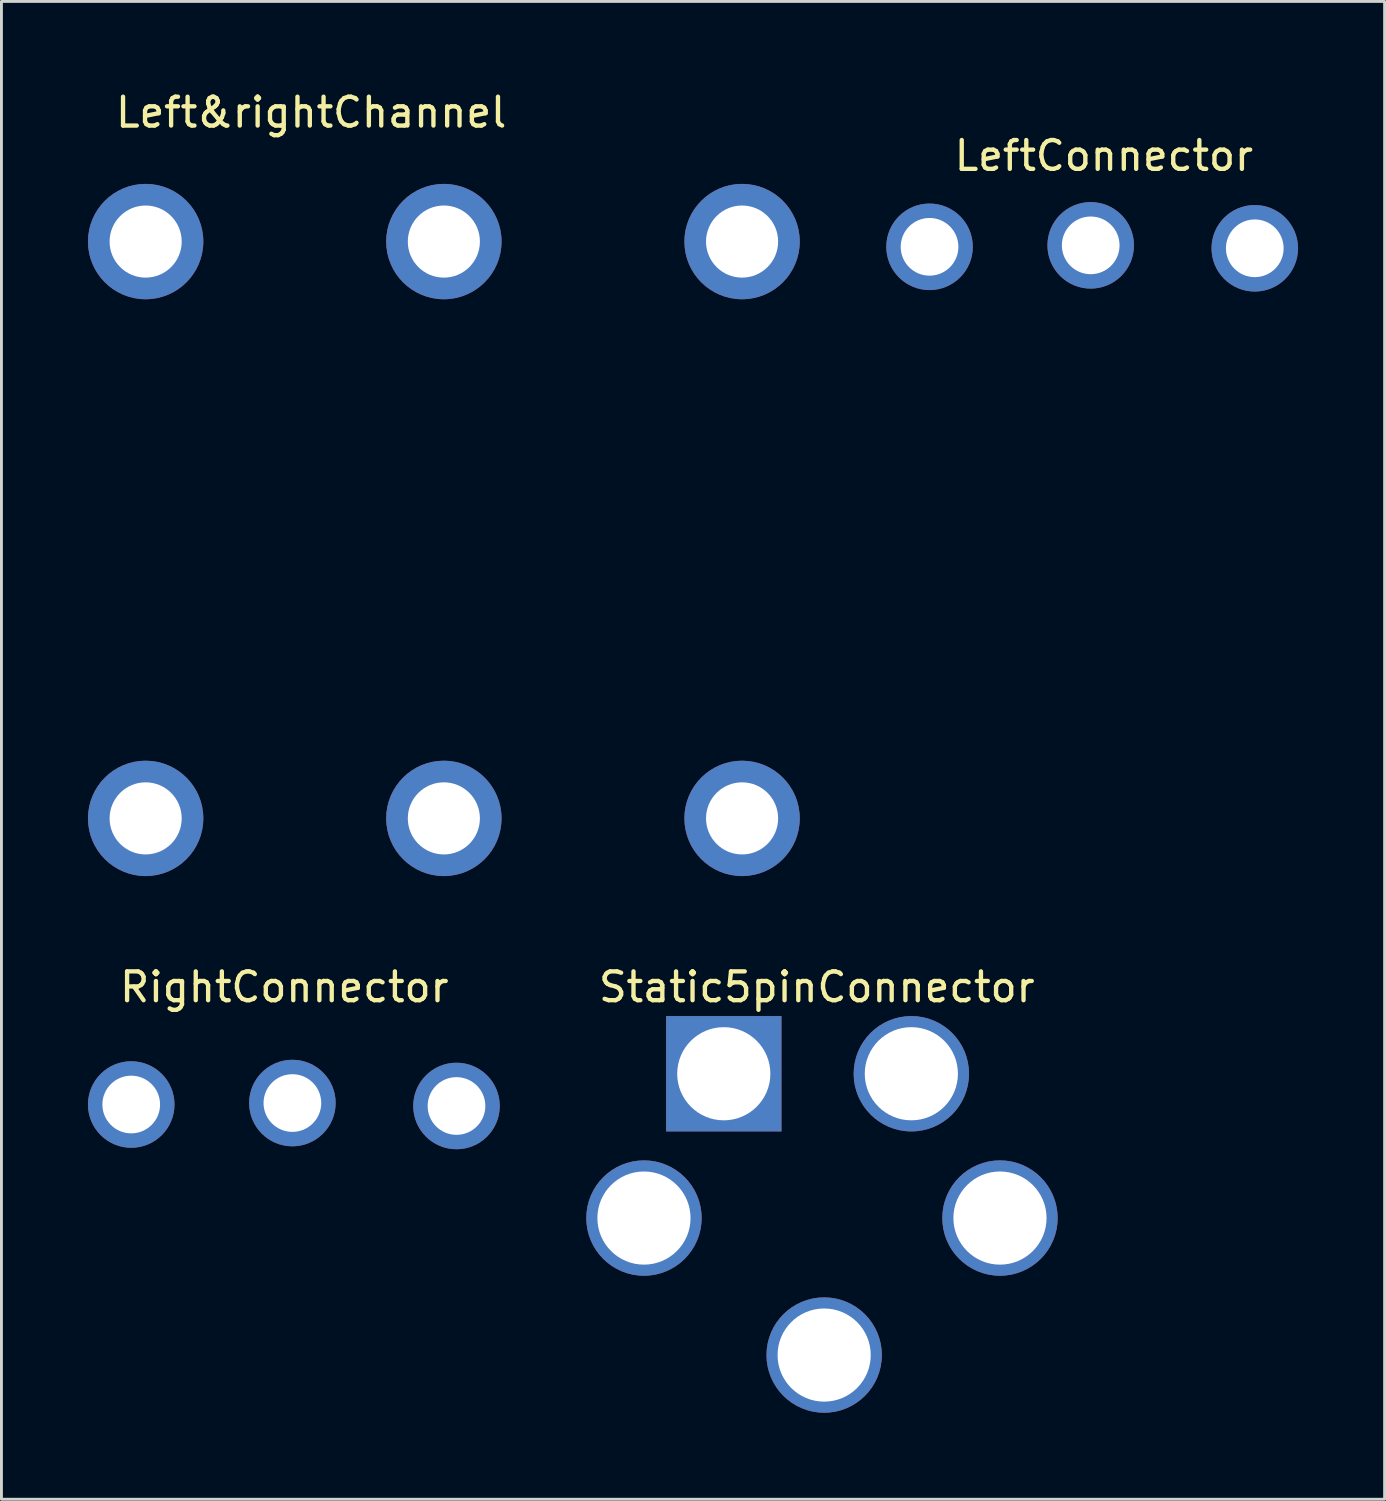
<source format=kicad_pcb>
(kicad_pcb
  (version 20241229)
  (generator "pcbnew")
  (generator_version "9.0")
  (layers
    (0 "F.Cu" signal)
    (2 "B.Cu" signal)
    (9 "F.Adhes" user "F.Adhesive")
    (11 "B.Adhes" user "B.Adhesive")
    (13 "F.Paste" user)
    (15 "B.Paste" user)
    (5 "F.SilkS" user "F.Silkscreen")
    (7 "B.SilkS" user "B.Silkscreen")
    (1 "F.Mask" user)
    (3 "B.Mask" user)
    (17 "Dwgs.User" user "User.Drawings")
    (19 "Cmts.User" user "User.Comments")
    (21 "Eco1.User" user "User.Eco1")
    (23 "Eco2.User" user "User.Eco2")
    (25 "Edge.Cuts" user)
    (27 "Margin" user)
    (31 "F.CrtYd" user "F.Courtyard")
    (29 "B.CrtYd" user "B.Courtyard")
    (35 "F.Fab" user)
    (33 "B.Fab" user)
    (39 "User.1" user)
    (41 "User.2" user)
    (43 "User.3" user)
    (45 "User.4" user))
  (footprint "Left&rightChannel"
    (layer "F.Cu")
    (at 7.74 0.348)
    (property "Reference" "Left&rightChannel" (at 0 0.5 0) (layer "F.SilkS") (effects (font (size 1 1) (thickness 0.15))))
    (attr through_hole)
    (pad "1L" thru_hole oval (at 14.94 4.978) (size 4 4) (drill 2.5) (layers "*.Cu" "*.Mask"))
    (pad "1R" thru_hole oval (at 14.94 24.978) (size 4 4) (drill 2.5) (layers "*.Cu" "*.Mask"))
    (pad "2" thru_hole oval (at 4.6 24.978) (size 4 4) (drill 2.5) (layers "*.Cu" "*.Mask"))
    (pad "3" thru_hole oval (at 4.6 4.978) (size 4 4) (drill 2.5) (layers "*.Cu" "*.Mask"))
    (pad "4" thru_hole oval (at -5.74 4.978) (size 4 4) (drill 2.5) (layers "*.Cu" "*.Mask"))
    (pad "5" thru_hole oval (at -5.74 24.978) (size 4 4) (drill 2.5) (layers "*.Cu" "*.Mask")))
  (footprint "Static5pinConnector"
    (layer "F.Cu")
    (at 25.272 35.044)
    (property "Reference" "Static5pinConnector" (at 0 -3.869 0) (layer "F.SilkS") (effects (font (size 1 1) (thickness 0.15))))
    (attr through_hole)
    (pad "1" thru_hole rect (at -3.226 -0.864) (size 4 4) (drill 3.23) (layers "*.Cu" "*.Mask"))
    (pad "2" thru_hole oval (at -5.994 4.14) (size 4 4) (drill 3.23) (layers "*.Cu" "*.Mask"))
    (pad "3" thru_hole oval (at 0.254 8.89) (size 4 4) (drill 3.23) (layers "*.Cu" "*.Mask"))
    (pad "4" thru_hole oval (at 6.35 4.14) (size 4 4) (drill 3.23) (layers "*.Cu" "*.Mask"))
    (pad "5" thru_hole oval (at 3.277 -0.864) (size 4 4) (drill 3.23) (layers "*.Cu" "*.Mask")))
  (footprint "RightConnector"
    (layer "F.Cu")
    (at 6.809 30.675)
    (property "Reference" "RightConnector" (at 0 0.5 0) (layer "F.SilkS") (effects (font (size 1 1) (thickness 0.15))))
    (attr through_hole)
    (pad "1" thru_hole oval (at 5.969 4.623) (size 3 3) (drill 2) (layers "*.Cu" "*.Mask"))
    (pad "2" thru_hole oval (at 0.279 4.521) (size 3 3) (drill 2) (layers "*.Cu" "*.Mask"))
    (pad "5" thru_hole oval (at -5.309 4.572) (size 3 3) (drill 2) (layers "*.Cu" "*.Mask")))
  (footprint "LeftConnector"
    (layer "F.Cu")
    (at 34.717 0.25)
    (property "Reference" "LeftConnector" (at 0.508 2.1 0) (layer "F.SilkS") (effects (font (size 1 1) (thickness 0.15))))
    (attr through_hole)
    (pad "1" thru_hole oval (at 5.74 5.309) (size 3 3) (drill 2) (layers "*.Cu" "*.Mask"))
    (pad "3" thru_hole oval (at 0.051 5.207) (size 3 3) (drill 2) (layers "*.Cu" "*.Mask"))
    (pad "4" thru_hole oval (at -5.537 5.258) (size 3 3) (drill 2) (layers "*.Cu" "*.Mask")))
  (gr_rect
    (start -3 -3)
    (end 44.958 48.934)
    (stroke (width 0.1) (type default))
    (fill no)
    (layer "Edge.Cuts")))
</source>
